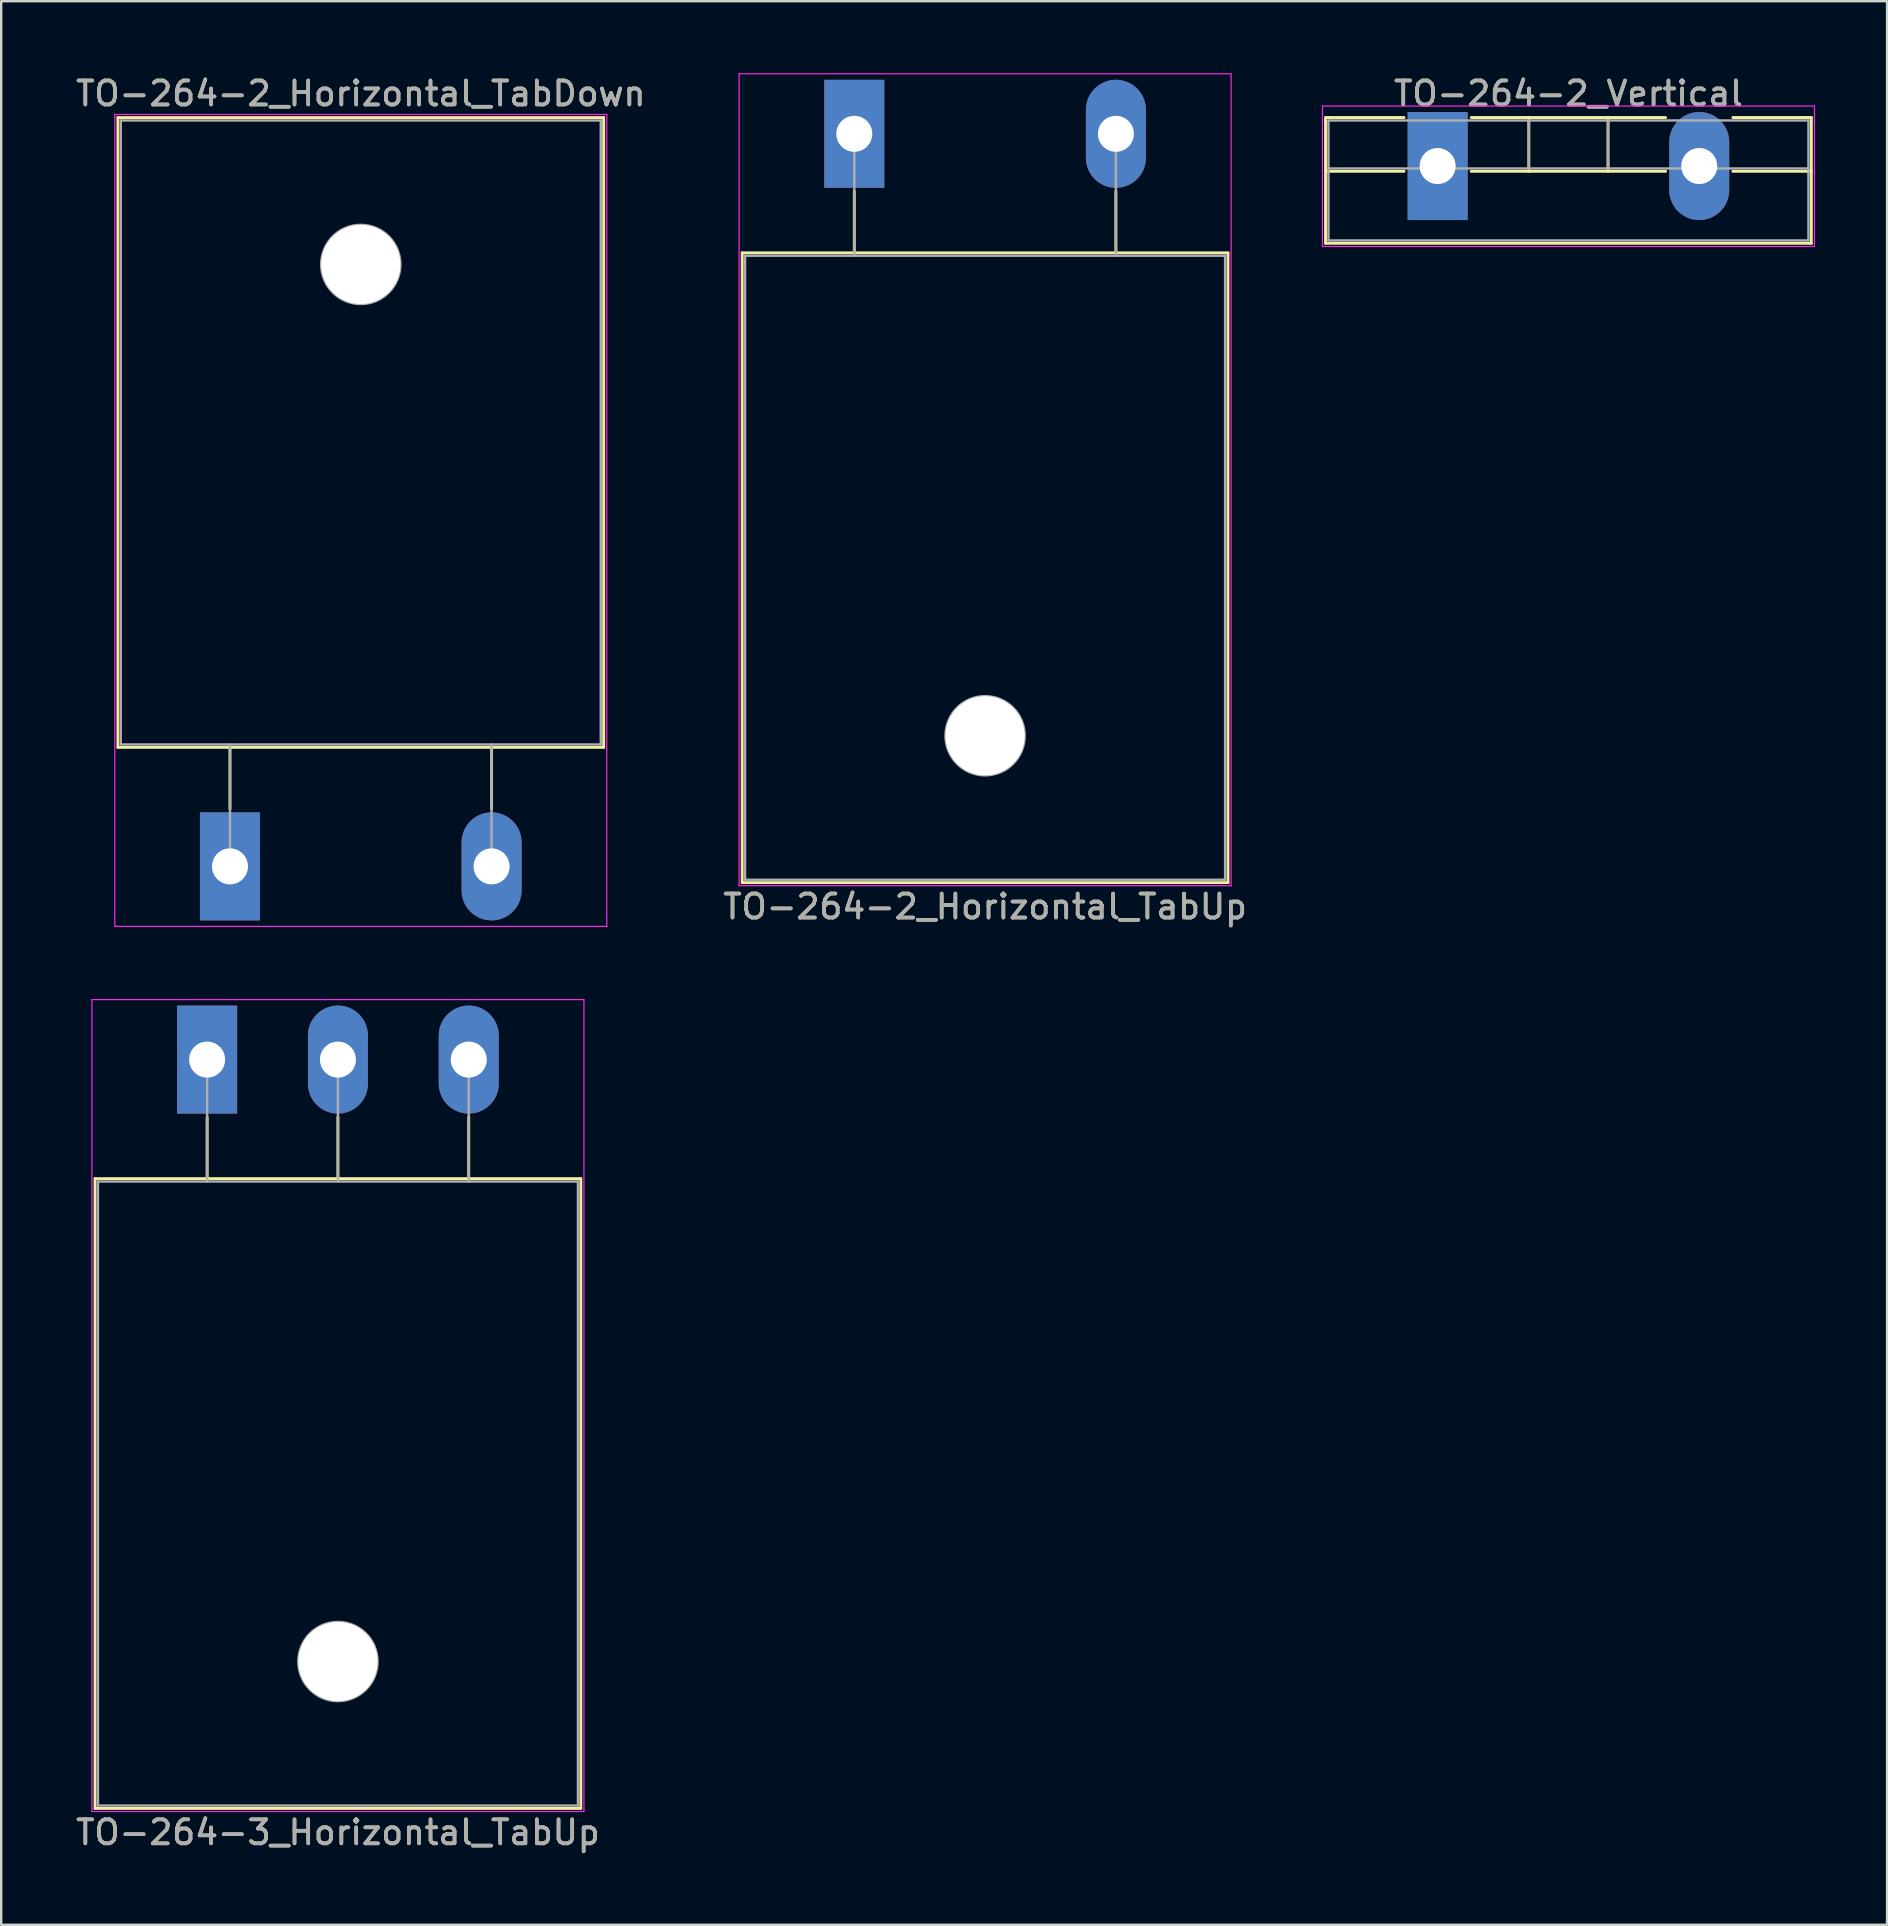
<source format=kicad_pcb>
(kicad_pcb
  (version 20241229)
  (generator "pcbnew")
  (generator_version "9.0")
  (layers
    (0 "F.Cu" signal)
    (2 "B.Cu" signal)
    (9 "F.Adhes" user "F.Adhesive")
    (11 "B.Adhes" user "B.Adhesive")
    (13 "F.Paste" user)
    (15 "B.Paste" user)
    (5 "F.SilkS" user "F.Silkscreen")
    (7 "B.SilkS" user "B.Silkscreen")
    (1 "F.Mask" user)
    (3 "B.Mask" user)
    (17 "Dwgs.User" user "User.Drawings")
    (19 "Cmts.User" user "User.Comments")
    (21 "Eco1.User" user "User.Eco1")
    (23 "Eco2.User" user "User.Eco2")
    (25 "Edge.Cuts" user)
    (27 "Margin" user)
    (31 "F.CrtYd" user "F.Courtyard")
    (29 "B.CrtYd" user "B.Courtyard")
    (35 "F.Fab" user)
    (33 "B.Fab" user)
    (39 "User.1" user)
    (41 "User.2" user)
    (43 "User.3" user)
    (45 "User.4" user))
  (footprint "TO-264-2_Vertical"
    (layer "F.Cu")
    (at 56.849 3.868)
    (property "Reference" "TO-264-2_Vertical" (at 5.45 -3.02 0) (layer "F.SilkS") (effects (font (size 1 1) (thickness 0.15))))
    (attr through_hole)
    (fp_line (start -4.67 -2.021) (end -4.67 3.22) (stroke (width 0.12) (type solid)) (layer "F.SilkS"))
    (fp_line (start -4.67 -2.021) (end -1.4 -2.021) (stroke (width 0.12) (type solid)) (layer "F.SilkS"))
    (fp_line (start -4.67 0.22) (end -1.4 0.22) (stroke (width 0.12) (type solid)) (layer "F.SilkS"))
    (fp_line (start -4.67 3.22) (end 15.57 3.22) (stroke (width 0.12) (type solid)) (layer "F.SilkS"))
    (fp_line (start 1.4 -2.021) (end 9.5 -2.021) (stroke (width 0.12) (type solid)) (layer "F.SilkS"))
    (fp_line (start 1.4 0.22) (end 9.5 0.22) (stroke (width 0.12) (type solid)) (layer "F.SilkS"))
    (fp_line (start 3.8 -2.021) (end 3.8 0.22) (stroke (width 0.12) (type solid)) (layer "F.SilkS"))
    (fp_line (start 7.1 -2.021) (end 7.1 0.22) (stroke (width 0.12) (type solid)) (layer "F.SilkS"))
    (fp_line (start 12.3 -2.021) (end 15.57 -2.021) (stroke (width 0.12) (type solid)) (layer "F.SilkS"))
    (fp_line (start 12.3 0.22) (end 15.57 0.22) (stroke (width 0.12) (type solid)) (layer "F.SilkS"))
    (fp_line (start 15.57 -2.021) (end 15.57 3.22) (stroke (width 0.12) (type solid)) (layer "F.SilkS"))
    (fp_line (start -4.8 -2.5) (end -4.8 3.35) (stroke (width 0.05) (type solid)) (layer "F.CrtYd"))
    (fp_line (start -4.8 3.35) (end 15.7 3.35) (stroke (width 0.05) (type solid)) (layer "F.CrtYd"))
    (fp_line (start 15.7 -2.5) (end -4.8 -2.5) (stroke (width 0.05) (type solid)) (layer "F.CrtYd"))
    (fp_line (start 15.7 3.35) (end 15.7 -2.5) (stroke (width 0.05) (type solid)) (layer "F.CrtYd"))
    (fp_line (start -4.55 -1.9) (end -4.55 3.1) (stroke (width 0.1) (type solid)) (layer "F.Fab"))
    (fp_line (start -4.55 0.1) (end 15.45 0.1) (stroke (width 0.1) (type solid)) (layer "F.Fab"))
    (fp_line (start -4.55 3.1) (end 15.45 3.1) (stroke (width 0.1) (type solid)) (layer "F.Fab"))
    (fp_line (start 3.8 -1.9) (end 3.8 0.1) (stroke (width 0.1) (type solid)) (layer "F.Fab"))
    (fp_line (start 7.1 -1.9) (end 7.1 0.1) (stroke (width 0.1) (type solid)) (layer "F.Fab"))
    (fp_line (start 15.45 -1.9) (end -4.55 -1.9) (stroke (width 0.1) (type solid)) (layer "F.Fab"))
    (fp_line (start 15.45 3.1) (end 15.45 -1.9) (stroke (width 0.1) (type solid)) (layer "F.Fab"))
    (fp_text user "${REFERENCE}" (at 5.45 -3.02 0) (layer "F.Fab") (effects (font (size 1 1) (thickness 0.15))))
    (pad "1" thru_hole rect (at 0 0) (size 2.5 4.5) (drill 1.5) (layers "*.Cu" "*.Mask"))
    (pad "2" thru_hole oval (at 10.9 0) (size 2.5 4.5) (drill 1.5) (layers "*.Cu" "*.Mask")))
  (footprint "TO-264-3_Horizontal_TabUp"
    (layer "F.Cu")
    (at 5.58 41.098)
    (property "Reference" "TO-264-3_Horizontal_TabUp" (at 5.45 32.2 0) (layer "F.SilkS") (effects (font (size 1 1) (thickness 0.15))))
    (attr through_hole)
    (fp_line (start -4.67 4.96) (end -4.67 31.2) (stroke (width 0.12) (type solid)) (layer "F.SilkS"))
    (fp_line (start -4.67 4.96) (end 15.57 4.96) (stroke (width 0.12) (type solid)) (layer "F.SilkS"))
    (fp_line (start -4.67 31.2) (end 15.57 31.2) (stroke (width 0.12) (type solid)) (layer "F.SilkS"))
    (fp_line (start 0 2.4) (end 0 4.96) (stroke (width 0.12) (type solid)) (layer "F.SilkS"))
    (fp_line (start 5.45 2.4) (end 5.45 4.96) (stroke (width 0.12) (type solid)) (layer "F.SilkS"))
    (fp_line (start 10.9 2.4) (end 10.9 4.96) (stroke (width 0.12) (type solid)) (layer "F.SilkS"))
    (fp_line (start 15.57 4.96) (end 15.57 31.2) (stroke (width 0.12) (type solid)) (layer "F.SilkS"))
    (fp_line (start -4.8 -2.5) (end -4.8 31.33) (stroke (width 0.05) (type solid)) (layer "F.CrtYd"))
    (fp_line (start -4.8 31.33) (end 15.7 31.33) (stroke (width 0.05) (type solid)) (layer "F.CrtYd"))
    (fp_line (start 15.7 -2.5) (end -4.8 -2.5) (stroke (width 0.05) (type solid)) (layer "F.CrtYd"))
    (fp_line (start 15.7 31.33) (end 15.7 -2.5) (stroke (width 0.05) (type solid)) (layer "F.CrtYd"))
    (fp_line (start -4.55 5.08) (end -4.55 31.08) (stroke (width 0.1) (type solid)) (layer "F.Fab"))
    (fp_line (start -4.55 31.08) (end 15.45 31.08) (stroke (width 0.1) (type solid)) (layer "F.Fab"))
    (fp_line (start 0 5.08) (end 0 0) (stroke (width 0.1) (type solid)) (layer "F.Fab"))
    (fp_line (start 5.45 5.08) (end 5.45 0) (stroke (width 0.1) (type solid)) (layer "F.Fab"))
    (fp_line (start 10.9 5.08) (end 10.9 0) (stroke (width 0.1) (type solid)) (layer "F.Fab"))
    (fp_line (start 15.45 5.08) (end -4.55 5.08) (stroke (width 0.1) (type solid)) (layer "F.Fab"))
    (fp_line (start 15.45 31.08) (end 15.45 5.08) (stroke (width 0.1) (type solid)) (layer "F.Fab"))
    (fp_circle (center 5.45 25.08) (end 7.1 25.08) (stroke (width 0.1) (type solid)) (fill no) (layer "F.Fab"))
    (fp_text user "${REFERENCE}" (at 5.45 32.2 0) (layer "F.Fab") (effects (font (size 1 1) (thickness 0.15))))
    (pad "" np_thru_hole oval (at 5.45 25.08) (size 3.3 3.3) (drill 3.3) (layers "*.Cu" "*.Mask"))
    (pad "1" thru_hole rect (at 0 0) (size 2.5 4.5) (drill 1.5) (layers "*.Cu" "*.Mask"))
    (pad "2" thru_hole oval (at 5.45 0) (size 2.5 4.5) (drill 1.5) (layers "*.Cu" "*.Mask"))
    (pad "3" thru_hole oval (at 10.9 0) (size 2.5 4.5) (drill 1.5) (layers "*.Cu" "*.Mask")))
  (footprint "TO-264-2_Horizontal_TabDown"
    (layer "F.Cu")
    (at 6.532 33.048)
    (property "Reference" "TO-264-2_Horizontal_TabDown" (at 5.45 -32.2 0) (layer "F.SilkS") (effects (font (size 1 1) (thickness 0.15))))
    (attr through_hole)
    (fp_line (start -4.67 -31.2) (end -4.67 -4.96) (stroke (width 0.12) (type solid)) (layer "F.SilkS"))
    (fp_line (start -4.67 -31.2) (end 15.57 -31.2) (stroke (width 0.12) (type solid)) (layer "F.SilkS"))
    (fp_line (start -4.67 -4.96) (end 15.57 -4.96) (stroke (width 0.12) (type solid)) (layer "F.SilkS"))
    (fp_line (start 0 -4.96) (end 0 -2.4) (stroke (width 0.12) (type solid)) (layer "F.SilkS"))
    (fp_line (start 10.9 -4.96) (end 10.9 -2.4) (stroke (width 0.12) (type solid)) (layer "F.SilkS"))
    (fp_line (start 15.57 -31.2) (end 15.57 -4.96) (stroke (width 0.12) (type solid)) (layer "F.SilkS"))
    (fp_line (start -4.8 -31.33) (end -4.8 2.5) (stroke (width 0.05) (type solid)) (layer "F.CrtYd"))
    (fp_line (start -4.8 2.5) (end 15.7 2.5) (stroke (width 0.05) (type solid)) (layer "F.CrtYd"))
    (fp_line (start 15.7 -31.33) (end -4.8 -31.33) (stroke (width 0.05) (type solid)) (layer "F.CrtYd"))
    (fp_line (start 15.7 2.5) (end 15.7 -31.33) (stroke (width 0.05) (type solid)) (layer "F.CrtYd"))
    (fp_line (start -4.55 -31.08) (end 15.45 -31.08) (stroke (width 0.1) (type solid)) (layer "F.Fab"))
    (fp_line (start -4.55 -5.08) (end -4.55 -31.08) (stroke (width 0.1) (type solid)) (layer "F.Fab"))
    (fp_line (start 0 -5.08) (end 0 0) (stroke (width 0.1) (type solid)) (layer "F.Fab"))
    (fp_line (start 10.9 -5.08) (end 10.9 0) (stroke (width 0.1) (type solid)) (layer "F.Fab"))
    (fp_line (start 15.45 -31.08) (end 15.45 -5.08) (stroke (width 0.1) (type solid)) (layer "F.Fab"))
    (fp_line (start 15.45 -5.08) (end -4.55 -5.08) (stroke (width 0.1) (type solid)) (layer "F.Fab"))
    (fp_circle (center 5.45 -25.08) (end 7.1 -25.08) (stroke (width 0.1) (type solid)) (fill no) (layer "F.Fab"))
    (fp_text user "${REFERENCE}" (at 5.45 -32.2 0) (layer "F.Fab") (effects (font (size 1 1) (thickness 0.15))))
    (pad "" np_thru_hole oval (at 5.45 -25.08) (size 3.3 3.3) (drill 3.3) (layers "*.Cu" "*.Mask"))
    (pad "1" thru_hole rect (at 0 0) (size 2.5 4.5) (drill 1.5) (layers "*.Cu" "*.Mask"))
    (pad "2" thru_hole oval (at 10.9 0) (size 2.5 4.5) (drill 1.5) (layers "*.Cu" "*.Mask")))
  (footprint "TO-264-2_Horizontal_TabUp"
    (layer "F.Cu")
    (at 32.544 2.525)
    (property "Reference" "TO-264-2_Horizontal_TabUp" (at 5.45 32.2 0) (layer "F.SilkS") (effects (font (size 1 1) (thickness 0.15))))
    (attr through_hole)
    (fp_line (start -4.67 4.96) (end -4.67 31.2) (stroke (width 0.12) (type solid)) (layer "F.SilkS"))
    (fp_line (start -4.67 4.96) (end 15.57 4.96) (stroke (width 0.12) (type solid)) (layer "F.SilkS"))
    (fp_line (start -4.67 31.2) (end 15.57 31.2) (stroke (width 0.12) (type solid)) (layer "F.SilkS"))
    (fp_line (start 0 2.4) (end 0 4.96) (stroke (width 0.12) (type solid)) (layer "F.SilkS"))
    (fp_line (start 10.9 2.4) (end 10.9 4.96) (stroke (width 0.12) (type solid)) (layer "F.SilkS"))
    (fp_line (start 15.57 4.96) (end 15.57 31.2) (stroke (width 0.12) (type solid)) (layer "F.SilkS"))
    (fp_line (start -4.8 -2.5) (end -4.8 31.33) (stroke (width 0.05) (type solid)) (layer "F.CrtYd"))
    (fp_line (start -4.8 31.33) (end 15.7 31.33) (stroke (width 0.05) (type solid)) (layer "F.CrtYd"))
    (fp_line (start 15.7 -2.5) (end -4.8 -2.5) (stroke (width 0.05) (type solid)) (layer "F.CrtYd"))
    (fp_line (start 15.7 31.33) (end 15.7 -2.5) (stroke (width 0.05) (type solid)) (layer "F.CrtYd"))
    (fp_line (start -4.55 5.08) (end -4.55 31.08) (stroke (width 0.1) (type solid)) (layer "F.Fab"))
    (fp_line (start -4.55 31.08) (end 15.45 31.08) (stroke (width 0.1) (type solid)) (layer "F.Fab"))
    (fp_line (start 0 5.08) (end 0 0) (stroke (width 0.1) (type solid)) (layer "F.Fab"))
    (fp_line (start 10.9 5.08) (end 10.9 0) (stroke (width 0.1) (type solid)) (layer "F.Fab"))
    (fp_line (start 15.45 5.08) (end -4.55 5.08) (stroke (width 0.1) (type solid)) (layer "F.Fab"))
    (fp_line (start 15.45 31.08) (end 15.45 5.08) (stroke (width 0.1) (type solid)) (layer "F.Fab"))
    (fp_circle (center 5.45 25.08) (end 7.1 25.08) (stroke (width 0.1) (type solid)) (fill no) (layer "F.Fab"))
    (fp_text user "${REFERENCE}" (at 5.45 32.2 0) (layer "F.Fab") (effects (font (size 1 1) (thickness 0.15))))
    (pad "" np_thru_hole oval (at 5.45 25.08) (size 3.3 3.3) (drill 3.3) (layers "*.Cu" "*.Mask"))
    (pad "1" thru_hole rect (at 0 0) (size 2.5 4.5) (drill 1.5) (layers "*.Cu" "*.Mask"))
    (pad "2" thru_hole oval (at 10.9 0) (size 2.5 4.5) (drill 1.5) (layers "*.Cu" "*.Mask")))
  (gr_rect
    (start -3 -3)
    (end 75.574 77.147)
    (stroke (width 0.1) (type default))
    (fill no)
    (layer "Edge.Cuts")))
</source>
